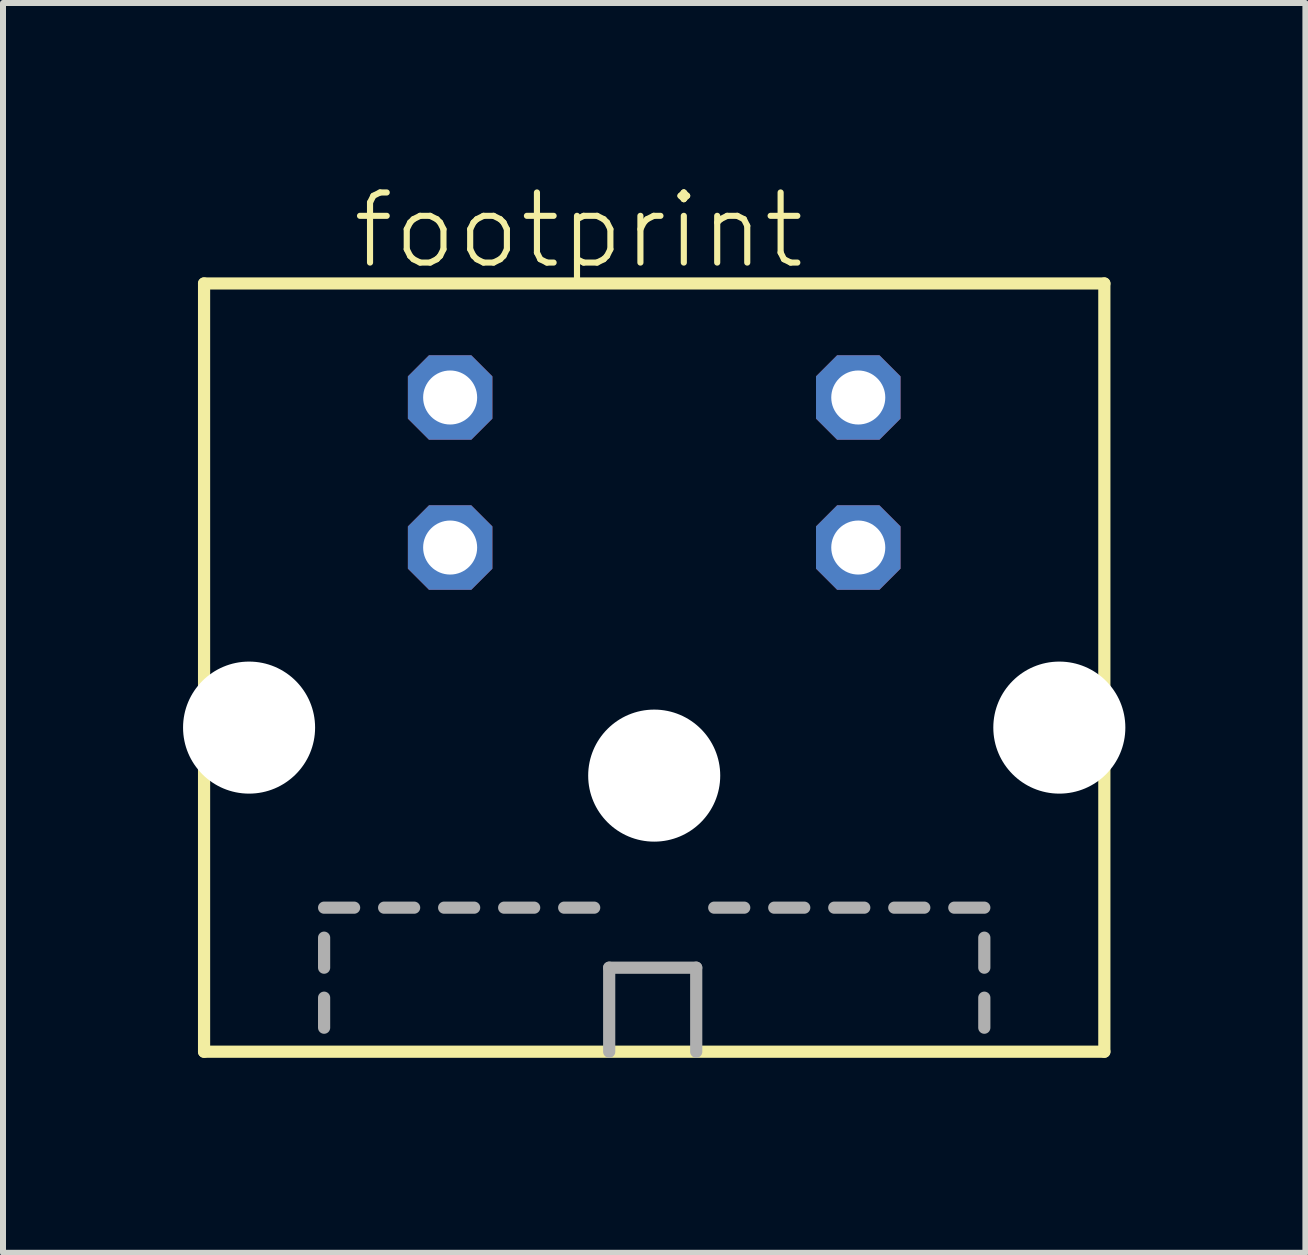
<source format=kicad_pcb>
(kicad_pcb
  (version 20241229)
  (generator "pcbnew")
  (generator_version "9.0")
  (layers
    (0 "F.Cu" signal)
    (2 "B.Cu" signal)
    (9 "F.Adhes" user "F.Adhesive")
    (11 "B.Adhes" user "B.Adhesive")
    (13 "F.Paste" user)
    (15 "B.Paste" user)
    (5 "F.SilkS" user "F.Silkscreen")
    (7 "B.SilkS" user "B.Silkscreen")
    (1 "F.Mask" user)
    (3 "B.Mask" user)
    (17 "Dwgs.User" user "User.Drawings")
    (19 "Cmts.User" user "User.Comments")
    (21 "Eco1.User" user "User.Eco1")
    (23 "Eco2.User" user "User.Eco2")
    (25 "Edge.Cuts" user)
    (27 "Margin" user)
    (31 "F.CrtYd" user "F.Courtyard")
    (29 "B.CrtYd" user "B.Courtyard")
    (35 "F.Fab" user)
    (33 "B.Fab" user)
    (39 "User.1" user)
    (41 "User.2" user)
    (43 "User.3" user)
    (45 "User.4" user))
  (footprint "footprint"
    (layer "F.Cu")
    (at 7.85 14.573)
    (property "Reference" "footprint" (at -5.08 -13.1 0) (layer "F.SilkS") (effects (font (size 1.168 1.168) (thickness 0.102)) (justify left bottom)))
    (fp_line (start -7.5 -12.9) (end -7.5 -0.1) (stroke (width 0.203) (type solid)) (layer "F.SilkS"))
    (fp_line (start -7.5 -0.1) (end 7.5 -0.1) (stroke (width 0.203) (type solid)) (layer "F.SilkS"))
    (fp_line (start 7.5 -12.9) (end -7.5 -12.9) (stroke (width 0.203) (type solid)) (layer "F.SilkS"))
    (fp_line (start 7.5 -0.1) (end 7.5 -12.9) (stroke (width 0.203) (type solid)) (layer "F.SilkS"))
    (fp_line (start -5.5 -2.5) (end -5 -2.5) (stroke (width 0.203) (type solid)) (layer "F.Fab"))
    (fp_line (start -5.5 -1.5) (end -5.5 -2) (stroke (width 0.203) (type solid)) (layer "F.Fab"))
    (fp_line (start -5.5 -0.5) (end -5.5 -1) (stroke (width 0.203) (type solid)) (layer "F.Fab"))
    (fp_line (start -4.5 -2.5) (end -4 -2.5) (stroke (width 0.203) (type solid)) (layer "F.Fab"))
    (fp_line (start -3.5 -2.5) (end -3 -2.5) (stroke (width 0.203) (type solid)) (layer "F.Fab"))
    (fp_line (start -2.5 -2.5) (end -2 -2.5) (stroke (width 0.203) (type solid)) (layer "F.Fab"))
    (fp_line (start -1.5 -2.5) (end -1 -2.5) (stroke (width 0.203) (type solid)) (layer "F.Fab"))
    (fp_line (start -0.75 -1.5) (end 0.7 -1.5) (stroke (width 0.203) (type solid)) (layer "F.Fab"))
    (fp_line (start -0.75 -0.1) (end -0.75 -1.5) (stroke (width 0.203) (type solid)) (layer "F.Fab"))
    (fp_line (start 0.7 -1.5) (end 0.7 -0.1) (stroke (width 0.203) (type solid)) (layer "F.Fab"))
    (fp_line (start 1 -2.5) (end 1.5 -2.5) (stroke (width 0.203) (type solid)) (layer "F.Fab"))
    (fp_line (start 2 -2.5) (end 2.5 -2.5) (stroke (width 0.203) (type solid)) (layer "F.Fab"))
    (fp_line (start 3 -2.5) (end 3.5 -2.5) (stroke (width 0.203) (type solid)) (layer "F.Fab"))
    (fp_line (start 4 -2.5) (end 4.5 -2.5) (stroke (width 0.203) (type solid)) (layer "F.Fab"))
    (fp_line (start 5 -2.5) (end 5.5 -2.5) (stroke (width 0.203) (type solid)) (layer "F.Fab"))
    (fp_line (start 5.5 -1.5) (end 5.5 -2) (stroke (width 0.203) (type solid)) (layer "F.Fab"))
    (fp_line (start 5.5 -0.5) (end 5.5 -1) (stroke (width 0.203) (type solid)) (layer "F.Fab"))
    (pad "" np_thru_hole circle (at -6.75 -5.5) (size 2.2 2.2) (drill 2.2) (layers "*.Cu" "*.Mask"))
    (pad "" np_thru_hole circle (at 0 -4.7) (size 2.2 2.2) (drill 2.2) (layers "*.Cu" "*.Mask"))
    (pad "" np_thru_hole circle (at 6.75 -5.5) (size 2.2 2.2) (drill 2.2) (layers "*.Cu" "*.Mask"))
    (pad "1" thru_hole roundrect (at 3.4 -8.5) (size 1.408 1.408) (drill 0.9) (layers "*.Cu" "*.Mask") (roundrect_rratio 0.25) (chamfer_ratio 0.25) (chamfer top_left top_right bottom_left bottom_right))
    (pad "2" thru_hole roundrect (at -3.4 -8.5) (size 1.408 1.408) (drill 0.9) (layers "*.Cu" "*.Mask") (roundrect_rratio 0.25) (chamfer_ratio 0.25) (chamfer top_left top_right bottom_left bottom_right))
    (pad "3" thru_hole roundrect (at 3.4 -11) (size 1.408 1.408) (drill 0.9) (layers "*.Cu" "*.Mask") (roundrect_rratio 0.25) (chamfer_ratio 0.25) (chamfer top_left top_right bottom_left bottom_right))
    (pad "4" thru_hole roundrect (at -3.4 -11) (size 1.408 1.408) (drill 0.9) (layers "*.Cu" "*.Mask") (roundrect_rratio 0.25) (chamfer_ratio 0.25) (chamfer top_left top_right bottom_left bottom_right)))
  (gr_rect
    (start -3 -3)
    (end 18.7 17.823)
    (stroke (width 0.1) (type default))
    (fill no)
    (layer "Edge.Cuts")))
</source>
